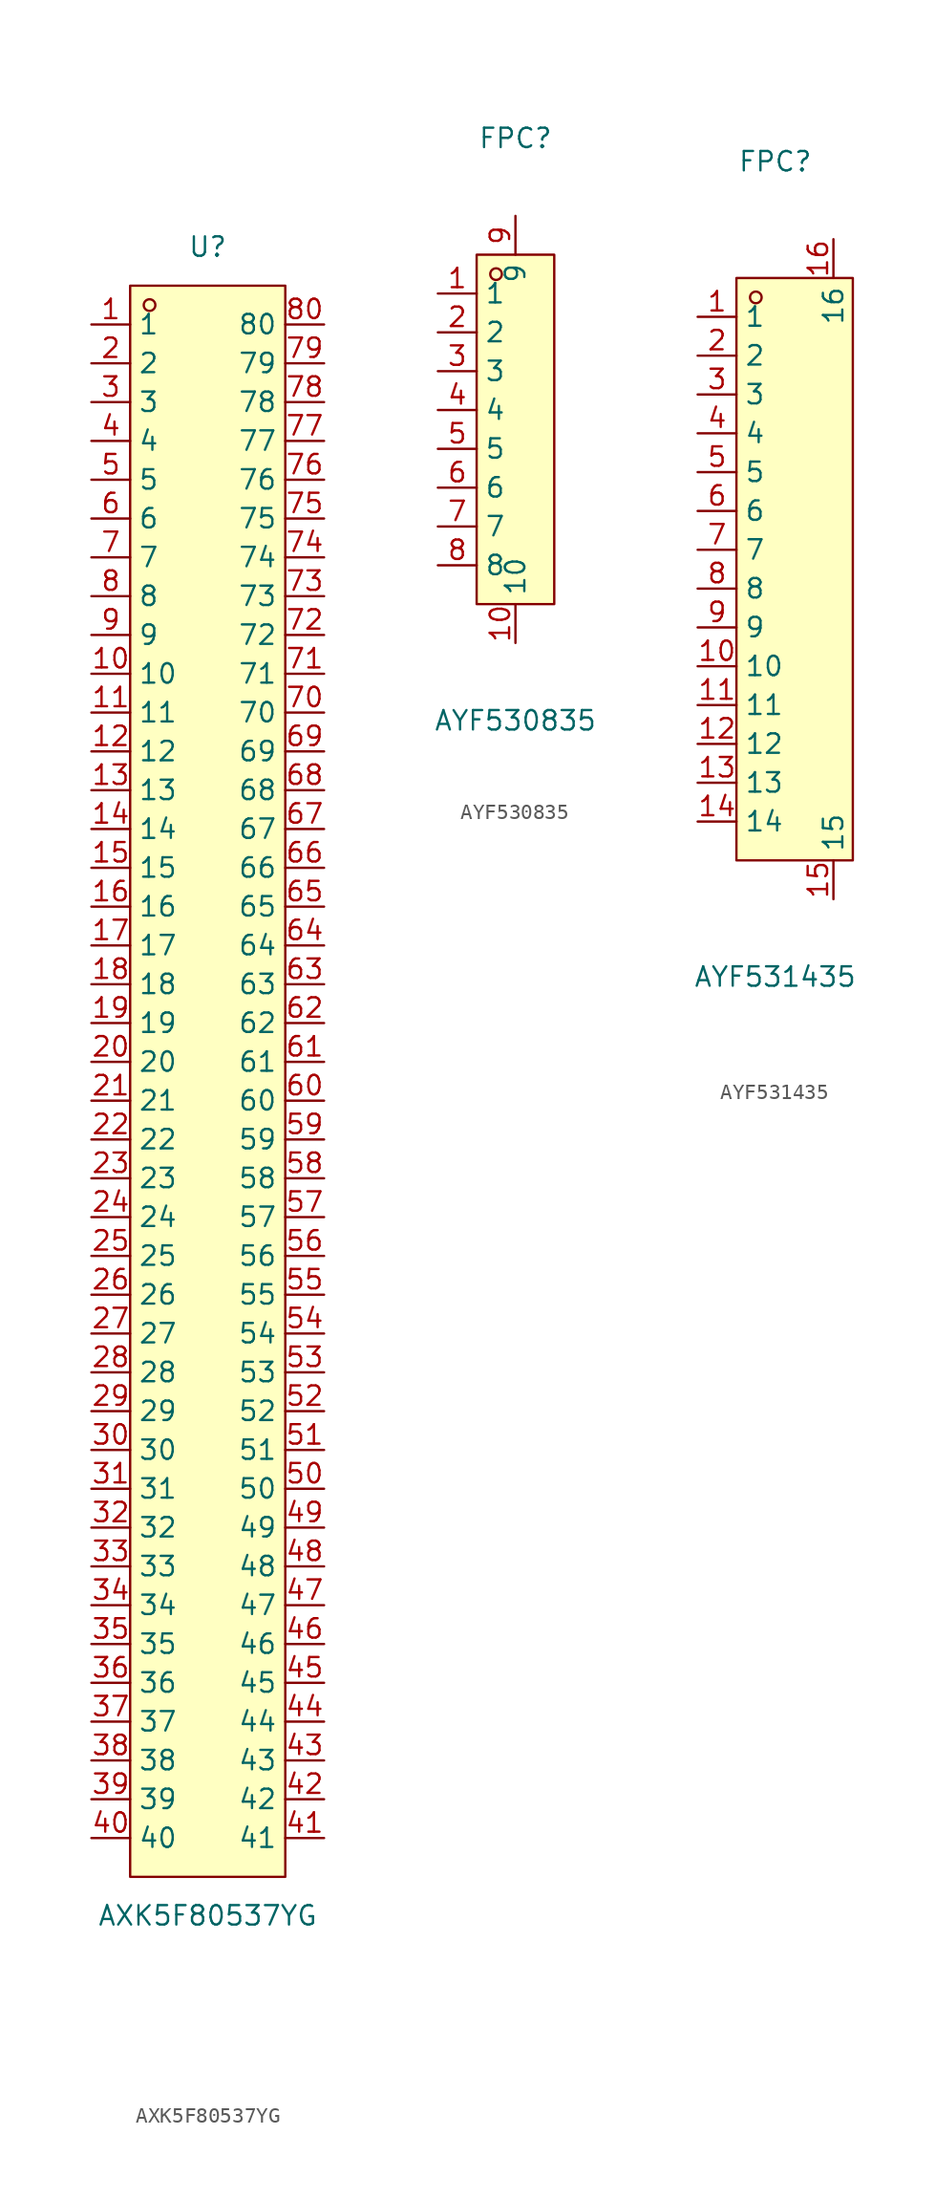
<source format=kicad_sym>
(kicad_symbol_lib
  (version 20231120)
  (generator "kicad_symbol_editor")
  (generator_version "8.0")
  (symbol "AXK5F80537YG"
    (property "Reference" "U"
      (at 0 54.61 0)
      (effects (font (size 1.27 1.27))))
    (property "Value" "AXK5F80537YG"
      (at 0 -54.61 0)
      (effects (font (size 1.27 1.27))))
    (symbol "AXK5F80537YG_0_1"
      (rectangle (start -5.08 52.07) (end 5.08 -52.07) (stroke (width 0) (type default)) (fill (type background)))
      (circle (center -3.81 50.8) (radius 0.38) (stroke (width 0) (type default)) (fill (type none)))
      (pin unspecified line (at -7.62 49.53 0) (length 2.54) (name "1" (effects (font (size 1.27 1.27)))) (number "1" (effects (font (size 1.27 1.27)))))
      (pin unspecified line (at -7.62 26.67 0) (length 2.54) (name "10" (effects (font (size 1.27 1.27)))) (number "10" (effects (font (size 1.27 1.27)))))
      (pin unspecified line (at -7.62 24.13 0) (length 2.54) (name "11" (effects (font (size 1.27 1.27)))) (number "11" (effects (font (size 1.27 1.27)))))
      (pin unspecified line (at -7.62 21.59 0) (length 2.54) (name "12" (effects (font (size 1.27 1.27)))) (number "12" (effects (font (size 1.27 1.27)))))
      (pin unspecified line (at -7.62 19.05 0) (length 2.54) (name "13" (effects (font (size 1.27 1.27)))) (number "13" (effects (font (size 1.27 1.27)))))
      (pin unspecified line (at -7.62 16.51 0) (length 2.54) (name "14" (effects (font (size 1.27 1.27)))) (number "14" (effects (font (size 1.27 1.27)))))
      (pin unspecified line (at -7.62 13.97 0) (length 2.54) (name "15" (effects (font (size 1.27 1.27)))) (number "15" (effects (font (size 1.27 1.27)))))
      (pin unspecified line (at -7.62 11.43 0) (length 2.54) (name "16" (effects (font (size 1.27 1.27)))) (number "16" (effects (font (size 1.27 1.27)))))
      (pin unspecified line (at -7.62 8.89 0) (length 2.54) (name "17" (effects (font (size 1.27 1.27)))) (number "17" (effects (font (size 1.27 1.27)))))
      (pin unspecified line (at -7.62 6.35 0) (length 2.54) (name "18" (effects (font (size 1.27 1.27)))) (number "18" (effects (font (size 1.27 1.27)))))
      (pin unspecified line (at -7.62 3.81 0) (length 2.54) (name "19" (effects (font (size 1.27 1.27)))) (number "19" (effects (font (size 1.27 1.27)))))
      (pin unspecified line (at -7.62 46.99 0) (length 2.54) (name "2" (effects (font (size 1.27 1.27)))) (number "2" (effects (font (size 1.27 1.27)))))
      (pin unspecified line (at -7.62 1.27 0) (length 2.54) (name "20" (effects (font (size 1.27 1.27)))) (number "20" (effects (font (size 1.27 1.27)))))
      (pin unspecified line (at -7.62 -1.27 0) (length 2.54) (name "21" (effects (font (size 1.27 1.27)))) (number "21" (effects (font (size 1.27 1.27)))))
      (pin unspecified line (at -7.62 -3.81 0) (length 2.54) (name "22" (effects (font (size 1.27 1.27)))) (number "22" (effects (font (size 1.27 1.27)))))
      (pin unspecified line (at -7.62 -6.35 0) (length 2.54) (name "23" (effects (font (size 1.27 1.27)))) (number "23" (effects (font (size 1.27 1.27)))))
      (pin unspecified line (at -7.62 -8.89 0) (length 2.54) (name "24" (effects (font (size 1.27 1.27)))) (number "24" (effects (font (size 1.27 1.27)))))
      (pin unspecified line (at -7.62 -11.43 0) (length 2.54) (name "25" (effects (font (size 1.27 1.27)))) (number "25" (effects (font (size 1.27 1.27)))))
      (pin unspecified line (at -7.62 -13.97 0) (length 2.54) (name "26" (effects (font (size 1.27 1.27)))) (number "26" (effects (font (size 1.27 1.27)))))
      (pin unspecified line (at -7.62 -16.51 0) (length 2.54) (name "27" (effects (font (size 1.27 1.27)))) (number "27" (effects (font (size 1.27 1.27)))))
      (pin unspecified line (at -7.62 -19.05 0) (length 2.54) (name "28" (effects (font (size 1.27 1.27)))) (number "28" (effects (font (size 1.27 1.27)))))
      (pin unspecified line (at -7.62 -21.59 0) (length 2.54) (name "29" (effects (font (size 1.27 1.27)))) (number "29" (effects (font (size 1.27 1.27)))))
      (pin unspecified line (at -7.62 44.45 0) (length 2.54) (name "3" (effects (font (size 1.27 1.27)))) (number "3" (effects (font (size 1.27 1.27)))))
      (pin unspecified line (at -7.62 -24.13 0) (length 2.54) (name "30" (effects (font (size 1.27 1.27)))) (number "30" (effects (font (size 1.27 1.27)))))
      (pin unspecified line (at -7.62 -26.67 0) (length 2.54) (name "31" (effects (font (size 1.27 1.27)))) (number "31" (effects (font (size 1.27 1.27)))))
      (pin unspecified line (at -7.62 -29.21 0) (length 2.54) (name "32" (effects (font (size 1.27 1.27)))) (number "32" (effects (font (size 1.27 1.27)))))
      (pin unspecified line (at -7.62 -31.75 0) (length 2.54) (name "33" (effects (font (size 1.27 1.27)))) (number "33" (effects (font (size 1.27 1.27)))))
      (pin unspecified line (at -7.62 -34.29 0) (length 2.54) (name "34" (effects (font (size 1.27 1.27)))) (number "34" (effects (font (size 1.27 1.27)))))
      (pin unspecified line (at -7.62 -36.83 0) (length 2.54) (name "35" (effects (font (size 1.27 1.27)))) (number "35" (effects (font (size 1.27 1.27)))))
      (pin unspecified line (at -7.62 -39.37 0) (length 2.54) (name "36" (effects (font (size 1.27 1.27)))) (number "36" (effects (font (size 1.27 1.27)))))
      (pin unspecified line (at -7.62 -41.91 0) (length 2.54) (name "37" (effects (font (size 1.27 1.27)))) (number "37" (effects (font (size 1.27 1.27)))))
      (pin unspecified line (at -7.62 -44.45 0) (length 2.54) (name "38" (effects (font (size 1.27 1.27)))) (number "38" (effects (font (size 1.27 1.27)))))
      (pin unspecified line (at -7.62 -46.99 0) (length 2.54) (name "39" (effects (font (size 1.27 1.27)))) (number "39" (effects (font (size 1.27 1.27)))))
      (pin unspecified line (at -7.62 41.91 0) (length 2.54) (name "4" (effects (font (size 1.27 1.27)))) (number "4" (effects (font (size 1.27 1.27)))))
      (pin unspecified line (at -7.62 -49.53 0) (length 2.54) (name "40" (effects (font (size 1.27 1.27)))) (number "40" (effects (font (size 1.27 1.27)))))
      (pin unspecified line (at 7.62 -49.53 180) (length 2.54) (name "41" (effects (font (size 1.27 1.27)))) (number "41" (effects (font (size 1.27 1.27)))))
      (pin unspecified line (at 7.62 -46.99 180) (length 2.54) (name "42" (effects (font (size 1.27 1.27)))) (number "42" (effects (font (size 1.27 1.27)))))
      (pin unspecified line (at 7.62 -44.45 180) (length 2.54) (name "43" (effects (font (size 1.27 1.27)))) (number "43" (effects (font (size 1.27 1.27)))))
      (pin unspecified line (at 7.62 -41.91 180) (length 2.54) (name "44" (effects (font (size 1.27 1.27)))) (number "44" (effects (font (size 1.27 1.27)))))
      (pin unspecified line (at 7.62 -39.37 180) (length 2.54) (name "45" (effects (font (size 1.27 1.27)))) (number "45" (effects (font (size 1.27 1.27)))))
      (pin unspecified line (at 7.62 -36.83 180) (length 2.54) (name "46" (effects (font (size 1.27 1.27)))) (number "46" (effects (font (size 1.27 1.27)))))
      (pin unspecified line (at 7.62 -34.29 180) (length 2.54) (name "47" (effects (font (size 1.27 1.27)))) (number "47" (effects (font (size 1.27 1.27)))))
      (pin unspecified line (at 7.62 -31.75 180) (length 2.54) (name "48" (effects (font (size 1.27 1.27)))) (number "48" (effects (font (size 1.27 1.27)))))
      (pin unspecified line (at 7.62 -29.21 180) (length 2.54) (name "49" (effects (font (size 1.27 1.27)))) (number "49" (effects (font (size 1.27 1.27)))))
      (pin unspecified line (at -7.62 39.37 0) (length 2.54) (name "5" (effects (font (size 1.27 1.27)))) (number "5" (effects (font (size 1.27 1.27)))))
      (pin unspecified line (at 7.62 -26.67 180) (length 2.54) (name "50" (effects (font (size 1.27 1.27)))) (number "50" (effects (font (size 1.27 1.27)))))
      (pin unspecified line (at 7.62 -24.13 180) (length 2.54) (name "51" (effects (font (size 1.27 1.27)))) (number "51" (effects (font (size 1.27 1.27)))))
      (pin unspecified line (at 7.62 -21.59 180) (length 2.54) (name "52" (effects (font (size 1.27 1.27)))) (number "52" (effects (font (size 1.27 1.27)))))
      (pin unspecified line (at 7.62 -19.05 180) (length 2.54) (name "53" (effects (font (size 1.27 1.27)))) (number "53" (effects (font (size 1.27 1.27)))))
      (pin unspecified line (at 7.62 -16.51 180) (length 2.54) (name "54" (effects (font (size 1.27 1.27)))) (number "54" (effects (font (size 1.27 1.27)))))
      (pin unspecified line (at 7.62 -13.97 180) (length 2.54) (name "55" (effects (font (size 1.27 1.27)))) (number "55" (effects (font (size 1.27 1.27)))))
      (pin unspecified line (at 7.62 -11.43 180) (length 2.54) (name "56" (effects (font (size 1.27 1.27)))) (number "56" (effects (font (size 1.27 1.27)))))
      (pin unspecified line (at 7.62 -8.89 180) (length 2.54) (name "57" (effects (font (size 1.27 1.27)))) (number "57" (effects (font (size 1.27 1.27)))))
      (pin unspecified line (at 7.62 -6.35 180) (length 2.54) (name "58" (effects (font (size 1.27 1.27)))) (number "58" (effects (font (size 1.27 1.27)))))
      (pin unspecified line (at 7.62 -3.81 180) (length 2.54) (name "59" (effects (font (size 1.27 1.27)))) (number "59" (effects (font (size 1.27 1.27)))))
      (pin unspecified line (at -7.62 36.83 0) (length 2.54) (name "6" (effects (font (size 1.27 1.27)))) (number "6" (effects (font (size 1.27 1.27)))))
      (pin unspecified line (at 7.62 -1.27 180) (length 2.54) (name "60" (effects (font (size 1.27 1.27)))) (number "60" (effects (font (size 1.27 1.27)))))
      (pin unspecified line (at 7.62 1.27 180) (length 2.54) (name "61" (effects (font (size 1.27 1.27)))) (number "61" (effects (font (size 1.27 1.27)))))
      (pin unspecified line (at 7.62 3.81 180) (length 2.54) (name "62" (effects (font (size 1.27 1.27)))) (number "62" (effects (font (size 1.27 1.27)))))
      (pin unspecified line (at 7.62 6.35 180) (length 2.54) (name "63" (effects (font (size 1.27 1.27)))) (number "63" (effects (font (size 1.27 1.27)))))
      (pin unspecified line (at 7.62 8.89 180) (length 2.54) (name "64" (effects (font (size 1.27 1.27)))) (number "64" (effects (font (size 1.27 1.27)))))
      (pin unspecified line (at 7.62 11.43 180) (length 2.54) (name "65" (effects (font (size 1.27 1.27)))) (number "65" (effects (font (size 1.27 1.27)))))
      (pin unspecified line (at 7.62 13.97 180) (length 2.54) (name "66" (effects (font (size 1.27 1.27)))) (number "66" (effects (font (size 1.27 1.27)))))
      (pin unspecified line (at 7.62 16.51 180) (length 2.54) (name "67" (effects (font (size 1.27 1.27)))) (number "67" (effects (font (size 1.27 1.27)))))
      (pin unspecified line (at 7.62 19.05 180) (length 2.54) (name "68" (effects (font (size 1.27 1.27)))) (number "68" (effects (font (size 1.27 1.27)))))
      (pin unspecified line (at 7.62 21.59 180) (length 2.54) (name "69" (effects (font (size 1.27 1.27)))) (number "69" (effects (font (size 1.27 1.27)))))
      (pin unspecified line (at -7.62 34.29 0) (length 2.54) (name "7" (effects (font (size 1.27 1.27)))) (number "7" (effects (font (size 1.27 1.27)))))
      (pin unspecified line (at 7.62 24.13 180) (length 2.54) (name "70" (effects (font (size 1.27 1.27)))) (number "70" (effects (font (size 1.27 1.27)))))
      (pin unspecified line (at 7.62 26.67 180) (length 2.54) (name "71" (effects (font (size 1.27 1.27)))) (number "71" (effects (font (size 1.27 1.27)))))
      (pin unspecified line (at 7.62 29.21 180) (length 2.54) (name "72" (effects (font (size 1.27 1.27)))) (number "72" (effects (font (size 1.27 1.27)))))
      (pin unspecified line (at 7.62 31.75 180) (length 2.54) (name "73" (effects (font (size 1.27 1.27)))) (number "73" (effects (font (size 1.27 1.27)))))
      (pin unspecified line (at 7.62 34.29 180) (length 2.54) (name "74" (effects (font (size 1.27 1.27)))) (number "74" (effects (font (size 1.27 1.27)))))
      (pin unspecified line (at 7.62 36.83 180) (length 2.54) (name "75" (effects (font (size 1.27 1.27)))) (number "75" (effects (font (size 1.27 1.27)))))
      (pin unspecified line (at 7.62 39.37 180) (length 2.54) (name "76" (effects (font (size 1.27 1.27)))) (number "76" (effects (font (size 1.27 1.27)))))
      (pin unspecified line (at 7.62 41.91 180) (length 2.54) (name "77" (effects (font (size 1.27 1.27)))) (number "77" (effects (font (size 1.27 1.27)))))
      (pin unspecified line (at 7.62 44.45 180) (length 2.54) (name "78" (effects (font (size 1.27 1.27)))) (number "78" (effects (font (size 1.27 1.27)))))
      (pin unspecified line (at 7.62 46.99 180) (length 2.54) (name "79" (effects (font (size 1.27 1.27)))) (number "79" (effects (font (size 1.27 1.27)))))
      (pin unspecified line (at -7.62 31.75 0) (length 2.54) (name "8" (effects (font (size 1.27 1.27)))) (number "8" (effects (font (size 1.27 1.27)))))
      (pin unspecified line (at 7.62 49.53 180) (length 2.54) (name "80" (effects (font (size 1.27 1.27)))) (number "80" (effects (font (size 1.27 1.27)))))
      (pin unspecified line (at -7.62 29.21 0) (length 2.54) (name "9" (effects (font (size 1.27 1.27)))) (number "9" (effects (font (size 1.27 1.27)))))))
  (symbol "AYF530835"
    (property "Reference" "FPC"
      (at 0 17.78 0)
      (effects (font (size 1.27 1.27))))
    (property "Value" "AYF530835"
      (at 0 -20.32 0)
      (effects (font (size 1.27 1.27))))
    (symbol "AYF530835_0_1"
      (rectangle (start -2.54 10.16) (end 2.54 -12.7) (stroke (width 0) (type default)) (fill (type background)))
      (circle (center -1.27 8.89) (radius 0.38) (stroke (width 0) (type default)) (fill (type none)))
      (pin unspecified line (at -5.08 7.62 0) (length 2.54) (name "1" (effects (font (size 1.27 1.27)))) (number "1" (effects (font (size 1.27 1.27)))))
      (pin unspecified line (at 0 -15.24 90) (length 2.54) (name "10" (effects (font (size 1.27 1.27)))) (number "10" (effects (font (size 1.27 1.27)))))
      (pin unspecified line (at -5.08 5.08 0) (length 2.54) (name "2" (effects (font (size 1.27 1.27)))) (number "2" (effects (font (size 1.27 1.27)))))
      (pin unspecified line (at -5.08 2.54 0) (length 2.54) (name "3" (effects (font (size 1.27 1.27)))) (number "3" (effects (font (size 1.27 1.27)))))
      (pin unspecified line (at -5.08 0 0) (length 2.54) (name "4" (effects (font (size 1.27 1.27)))) (number "4" (effects (font (size 1.27 1.27)))))
      (pin unspecified line (at -5.08 -2.54 0) (length 2.54) (name "5" (effects (font (size 1.27 1.27)))) (number "5" (effects (font (size 1.27 1.27)))))
      (pin unspecified line (at -5.08 -5.08 0) (length 2.54) (name "6" (effects (font (size 1.27 1.27)))) (number "6" (effects (font (size 1.27 1.27)))))
      (pin unspecified line (at -5.08 -7.62 0) (length 2.54) (name "7" (effects (font (size 1.27 1.27)))) (number "7" (effects (font (size 1.27 1.27)))))
      (pin unspecified line (at -5.08 -10.16 0) (length 2.54) (name "8" (effects (font (size 1.27 1.27)))) (number "8" (effects (font (size 1.27 1.27)))))
      (pin unspecified line (at 0 12.7 270) (length 2.54) (name "9" (effects (font (size 1.27 1.27)))) (number "9" (effects (font (size 1.27 1.27)))))))
  (symbol "AYF531435"
    (property "Reference" "FPC"
      (at 0 26.67 0)
      (effects (font (size 1.27 1.27))))
    (property "Value" "AYF531435"
      (at 0 -26.67 0)
      (effects (font (size 1.27 1.27))))
    (symbol "AYF531435_0_1"
      (rectangle (start -2.54 19.05) (end 5.08 -19.05) (stroke (width 0) (type default)) (fill (type background)))
      (circle (center -1.27 17.78) (radius 0.38) (stroke (width 0) (type default)) (fill (type none)))
      (pin unspecified line (at -5.08 16.51 0) (length 2.54) (name "1" (effects (font (size 1.27 1.27)))) (number "1" (effects (font (size 1.27 1.27)))))
      (pin unspecified line (at -5.08 -6.35 0) (length 2.54) (name "10" (effects (font (size 1.27 1.27)))) (number "10" (effects (font (size 1.27 1.27)))))
      (pin unspecified line (at -5.08 -8.89 0) (length 2.54) (name "11" (effects (font (size 1.27 1.27)))) (number "11" (effects (font (size 1.27 1.27)))))
      (pin unspecified line (at -5.08 -11.43 0) (length 2.54) (name "12" (effects (font (size 1.27 1.27)))) (number "12" (effects (font (size 1.27 1.27)))))
      (pin unspecified line (at -5.08 -13.97 0) (length 2.54) (name "13" (effects (font (size 1.27 1.27)))) (number "13" (effects (font (size 1.27 1.27)))))
      (pin unspecified line (at -5.08 -16.51 0) (length 2.54) (name "14" (effects (font (size 1.27 1.27)))) (number "14" (effects (font (size 1.27 1.27)))))
      (pin unspecified line (at 3.81 -21.59 90) (length 2.54) (name "15" (effects (font (size 1.27 1.27)))) (number "15" (effects (font (size 1.27 1.27)))))
      (pin unspecified line (at 3.81 21.59 270) (length 2.54) (name "16" (effects (font (size 1.27 1.27)))) (number "16" (effects (font (size 1.27 1.27)))))
      (pin unspecified line (at -5.08 13.97 0) (length 2.54) (name "2" (effects (font (size 1.27 1.27)))) (number "2" (effects (font (size 1.27 1.27)))))
      (pin unspecified line (at -5.08 11.43 0) (length 2.54) (name "3" (effects (font (size 1.27 1.27)))) (number "3" (effects (font (size 1.27 1.27)))))
      (pin unspecified line (at -5.08 8.89 0) (length 2.54) (name "4" (effects (font (size 1.27 1.27)))) (number "4" (effects (font (size 1.27 1.27)))))
      (pin unspecified line (at -5.08 6.35 0) (length 2.54) (name "5" (effects (font (size 1.27 1.27)))) (number "5" (effects (font (size 1.27 1.27)))))
      (pin unspecified line (at -5.08 3.81 0) (length 2.54) (name "6" (effects (font (size 1.27 1.27)))) (number "6" (effects (font (size 1.27 1.27)))))
      (pin unspecified line (at -5.08 1.27 0) (length 2.54) (name "7" (effects (font (size 1.27 1.27)))) (number "7" (effects (font (size 1.27 1.27)))))
      (pin unspecified line (at -5.08 -1.27 0) (length 2.54) (name "8" (effects (font (size 1.27 1.27)))) (number "8" (effects (font (size 1.27 1.27)))))
      (pin unspecified line (at -5.08 -3.81 0) (length 2.54) (name "9" (effects (font (size 1.27 1.27)))) (number "9" (effects (font (size 1.27 1.27))))))))
</source>
